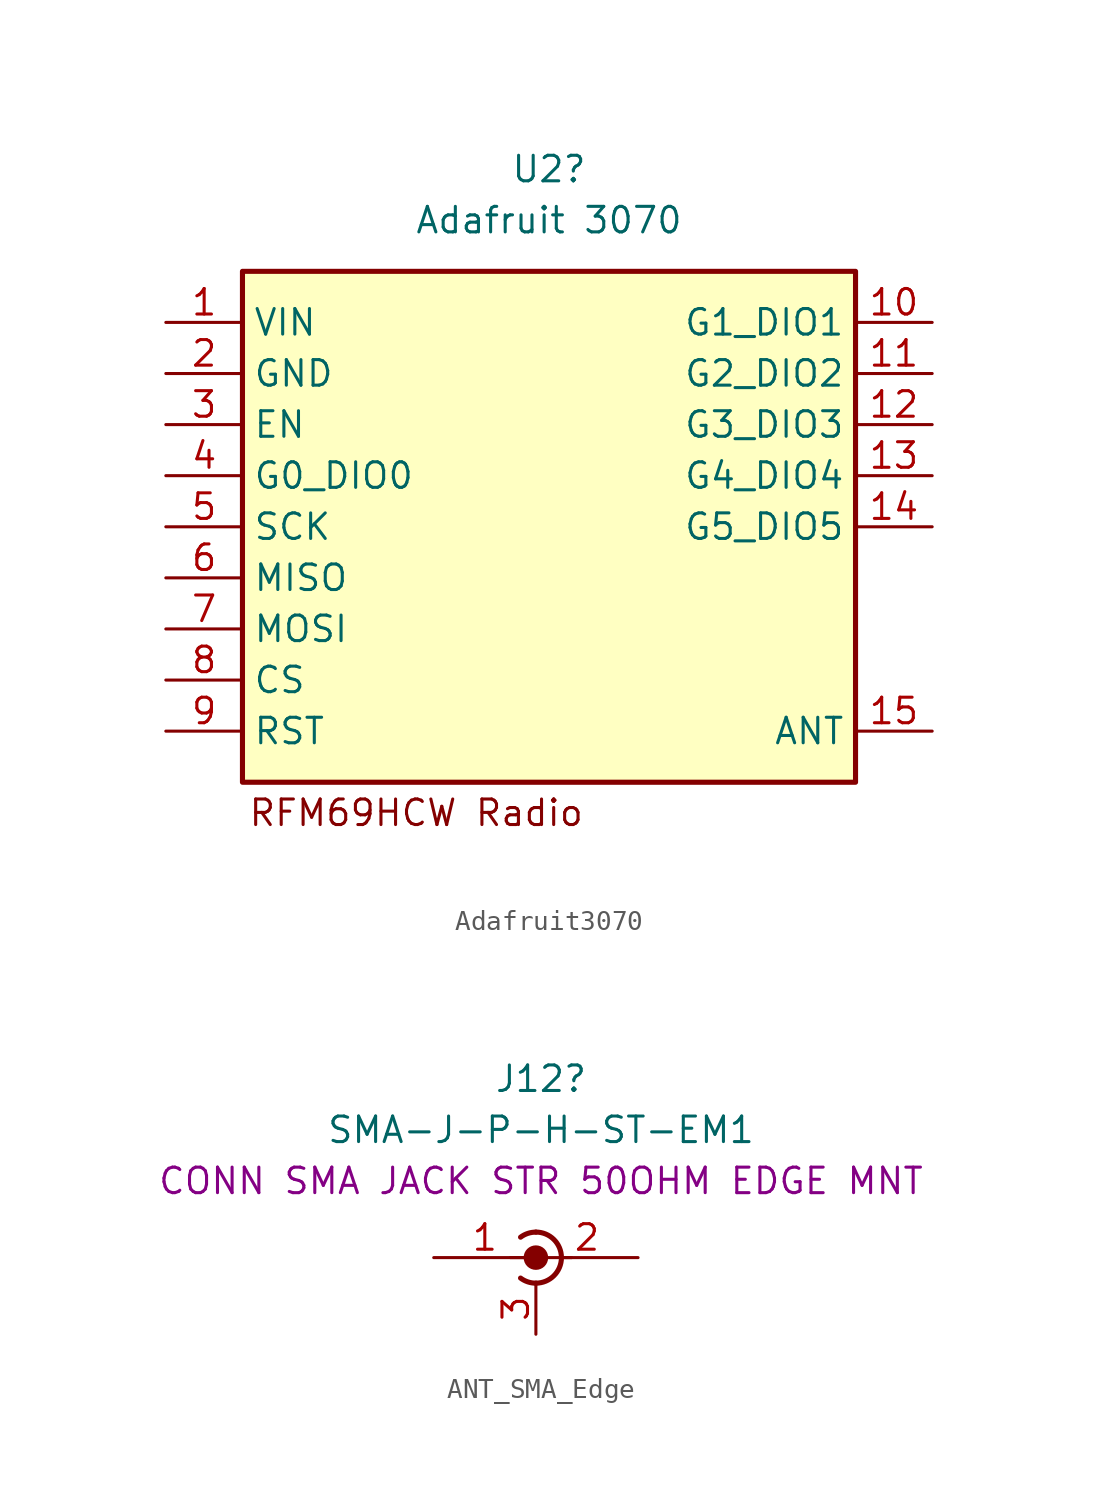
<source format=kicad_sym>
(kicad_symbol_lib
  (version 20241209)
  (generator "kicad_symbol_editor")
  (generator_version "9.0")
  (symbol "Adafruit3070"
    (property "Reference" "U2"
      (at 13.97 3.81 0)
      (effects (font (size 1.27 1.27))))
    (property "Value" "Adafruit 3070"
      (at 13.97 1.27 0)
      (effects (font (size 1.27 1.27))))
    (symbol "Adafruit3070_1_1"
      (rectangle (start -1.27 -1.27) (end 29.21 -26.67) (stroke (width 0.254) (type default)) (fill (type background)))
      (text "RFM69HCW Radio" (at -1.016 -28.194 0) (effects (font (size 1.27 1.27)) (justify left)))
      (pin power_in line (at -5.08 -3.81 0) (length 3.81) (name "VIN" (effects (font (size 1.27 1.27)))) (number "1" (effects (font (size 1.27 1.27)))))
      (pin power_in line (at -5.08 -6.35 0) (length 3.81) (name "GND" (effects (font (size 1.27 1.27)))) (number "2" (effects (font (size 1.27 1.27)))))
      (pin input line (at -5.08 -8.89 0) (length 3.81) (name "EN" (effects (font (size 1.27 1.27)))) (number "3" (effects (font (size 1.27 1.27)))))
      (pin output line (at -5.08 -11.43 0) (length 3.81) (name "G0_DIO0" (effects (font (size 1.27 1.27)))) (number "4" (effects (font (size 1.27 1.27)))))
      (pin input line (at -5.08 -13.97 0) (length 3.81) (name "SCK" (effects (font (size 1.27 1.27)))) (number "5" (effects (font (size 1.27 1.27)))))
      (pin output line (at -5.08 -16.51 0) (length 3.81) (name "MISO" (effects (font (size 1.27 1.27)))) (number "6" (effects (font (size 1.27 1.27)))))
      (pin input line (at -5.08 -19.05 0) (length 3.81) (name "MOSI" (effects (font (size 1.27 1.27)))) (number "7" (effects (font (size 1.27 1.27)))))
      (pin input line (at -5.08 -21.59 0) (length 3.81) (name "CS" (effects (font (size 1.27 1.27)))) (number "8" (effects (font (size 1.27 1.27)))))
      (pin input line (at -5.08 -24.13 0) (length 3.81) (name "RST" (effects (font (size 1.27 1.27)))) (number "9" (effects (font (size 1.27 1.27)))))
      (pin output line (at 33.02 -3.81 180) (length 3.81) (name "G1_DIO1" (effects (font (size 1.27 1.27)))) (number "10" (effects (font (size 1.27 1.27)))))
      (pin output line (at 33.02 -6.35 180) (length 3.81) (name "G2_DIO2" (effects (font (size 1.27 1.27)))) (number "11" (effects (font (size 1.27 1.27)))))
      (pin output line (at 33.02 -8.89 180) (length 3.81) (name "G3_DIO3" (effects (font (size 1.27 1.27)))) (number "12" (effects (font (size 1.27 1.27)))))
      (pin output line (at 33.02 -11.43 180) (length 3.81) (name "G4_DIO4" (effects (font (size 1.27 1.27)))) (number "13" (effects (font (size 1.27 1.27)))))
      (pin output line (at 33.02 -13.97 180) (length 3.81) (name "G5_DIO5" (effects (font (size 1.27 1.27)))) (number "14" (effects (font (size 1.27 1.27)))))
      (pin passive line (at 33.02 -24.13 180) (length 3.81) (name "ANT" (effects (font (size 1.27 1.27)))) (number "15" (effects (font (size 1.27 1.27)))))))
  (symbol "ANT_SMA_Edge"
    (pin_names
      (offset 1.016)
      (hide yes))
    (property "Reference" "J12"
      (at 0.254 8.89 0)
      (effects (font (size 1.27 1.27))))
    (property "Value" "SMA-J-P-H-ST-EM1"
      (at 0.254 6.35 0)
      (effects (font (size 1.27 1.27))))
    (property "Description" "CONN SMA JACK STR 50OHM EDGE MNT"
      (at 0.254 3.81 0)
      (effects (font (size 1.27 1.27))))
    (symbol "ANT_SMA_Edge_0_1"
      (polyline (pts (xy -1.27 0) (xy 0 0)) (stroke (width 0) (type default)) (fill (type none)))
      (arc (start 0 1.27) (mid 1.2645 0) (end 0 -1.27) (stroke (width 0.254) (type default)) (fill (type none)))
      (arc (start -0.762 1.016) (mid -0.4016 1.2048) (end 0 1.27) (stroke (width 0.254) (type default)) (fill (type none)))
      (circle (center 0 0) (radius 0.508) (stroke (width 0.203) (type default)) (fill (type outline)))
      (arc (start 0 -1.27) (mid -0.4016 -1.2048) (end -0.762 -1.016) (stroke (width 0.254) (type default)) (fill (type none)))
      (polyline (pts (xy 1.27 0) (xy 1.778 0)) (stroke (width 0) (type default)) (fill (type none))))
    (symbol "ANT_SMA_Edge_1_1"
      (pin passive line (at -5.08 0 0) (length 5.08) (name "In" (effects (font (size 1.27 1.27)))) (number "1" (effects (font (size 1.27 1.27)))))
      (pin passive line (at 0 -3.81 90) (length 2.54) (name "Shield" (effects (font (size 1.27 1.27)))) (number "3" (effects (font (size 1.27 1.27)))))
      (pin passive line (at 5.08 0 180) (length 5.08) (name "Out" (effects (font (size 1.27 1.27)))) (number "2" (effects (font (size 1.27 1.27))))))))
</source>
